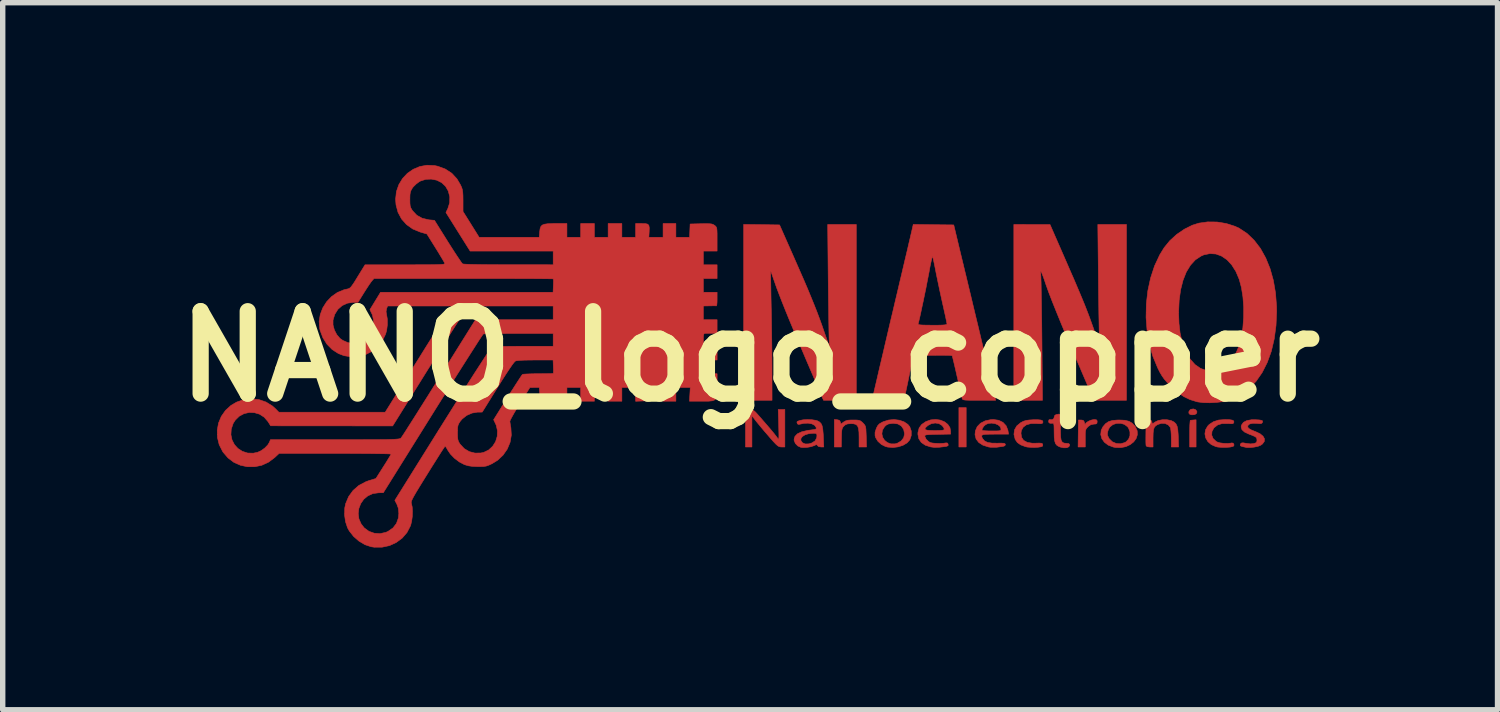
<source format=kicad_pcb>
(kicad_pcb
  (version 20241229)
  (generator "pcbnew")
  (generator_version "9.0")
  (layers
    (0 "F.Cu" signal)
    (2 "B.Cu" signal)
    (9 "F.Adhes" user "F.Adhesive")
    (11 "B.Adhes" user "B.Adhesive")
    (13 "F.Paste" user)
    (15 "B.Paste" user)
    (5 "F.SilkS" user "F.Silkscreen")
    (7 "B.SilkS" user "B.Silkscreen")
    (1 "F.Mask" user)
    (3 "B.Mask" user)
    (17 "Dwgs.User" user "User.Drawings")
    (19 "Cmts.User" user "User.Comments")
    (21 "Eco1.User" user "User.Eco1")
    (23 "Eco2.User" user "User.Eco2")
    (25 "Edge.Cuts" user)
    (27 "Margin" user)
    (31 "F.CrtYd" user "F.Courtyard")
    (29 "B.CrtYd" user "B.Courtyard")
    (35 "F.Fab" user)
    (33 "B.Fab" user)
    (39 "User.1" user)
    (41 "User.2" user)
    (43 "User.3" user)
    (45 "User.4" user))
  (footprint "NANO_logo_copper"
    (layer "F.Cu")
    (at 10.82 3.539)
    (property "Reference" "NANO_logo_copper" (at 0 0 0) (layer "F.SilkS") (effects (font (size 1.524 1.524) (thickness 0.3))))
    (attr through_hole)
    (fp_poly (pts (xy 3.996 1.676) (xy 3.861 1.676) (xy 3.861 0.948) (xy 3.996 0.948) (xy 3.996 1.676)) (stroke (width 0.01) (type solid)) (fill yes) (layer "F.Cu"))
    (fp_poly (pts (xy 8.247 1.676) (xy 8.128 1.676) (xy 8.128 1.431) (xy 8.129 1.344) (xy 8.131 1.27) (xy 8.135 1.215) (xy 8.139 1.186) (xy 8.141 1.183) (xy 8.166 1.18) (xy 8.2 1.177) (xy 8.247 1.173) (xy 8.247 1.676)) (stroke (width 0.01) (type solid)) (fill yes) (layer "F.Cu"))
    (fp_poly (pts (xy 8.238 0.986) (xy 8.261 1.017) (xy 8.263 1.032) (xy 8.249 1.063) (xy 8.212 1.08) (xy 8.163 1.081) (xy 8.132 1.073) (xy 8.113 1.05) (xy 8.115 1.018) (xy 8.138 0.988) (xy 8.151 0.98) (xy 8.197 0.972) (xy 8.238 0.986)) (stroke (width 0.01) (type solid)) (fill yes) (layer "F.Cu"))
    (fp_poly (pts (xy 6.401 1.172) (xy 6.416 1.189) (xy 6.418 1.211) (xy 6.413 1.239) (xy 6.394 1.251) (xy 6.357 1.253) (xy 6.301 1.264) (xy 6.25 1.299) (xy 6.247 1.303) (xy 6.224 1.327) (xy 6.21 1.351) (xy 6.202 1.382) (xy 6.198 1.43) (xy 6.198 1.501) (xy 6.198 1.514) (xy 6.198 1.676) (xy 6.065 1.676) (xy 6.071 1.177) (xy 6.121 1.177) (xy 6.159 1.183) (xy 6.177 1.207) (xy 6.183 1.228) (xy 6.191 1.256) (xy 6.195 1.259) (xy 6.196 1.257) (xy 6.213 1.231) (xy 6.252 1.203) (xy 6.301 1.181) (xy 6.351 1.169) (xy 6.363 1.168) (xy 6.401 1.172)) (stroke (width 0.01) (type solid)) (fill yes) (layer "F.Cu"))
    (fp_poly (pts (xy 0.643 1.676) (xy 0.58 1.676) (xy 0.555 1.674) (xy 0.532 1.667) (xy 0.507 1.651) (xy 0.475 1.622) (xy 0.432 1.577) (xy 0.374 1.511) (xy 0.339 1.47) (xy 0.272 1.393) (xy 0.208 1.317) (xy 0.152 1.249) (xy 0.11 1.198) (xy 0.097 1.181) (xy 0.034 1.097) (xy 0.034 1.676) (xy -0.085 1.676) (xy -0.085 0.982) (xy -0.013 0.982) (xy 0.026 0.985) (xy 0.057 0.995) (xy 0.088 1.019) (xy 0.129 1.062) (xy 0.144 1.079) (xy 0.261 1.213) (xy 0.357 1.324) (xy 0.43 1.411) (xy 0.48 1.474) (xy 0.508 1.512) (xy 0.518 1.527) (xy 0.526 1.532) (xy 0.53 1.522) (xy 0.533 1.494) (xy 0.533 1.443) (xy 0.531 1.366) (xy 0.529 1.27) (xy 0.52 0.982) (xy 0.643 0.982) (xy 0.643 1.676)) (stroke (width 0.01) (type solid)) (fill yes) (layer "F.Cu"))
    (fp_poly (pts (xy 1.609 1.172) (xy 1.651 1.183) (xy 1.67 1.214) (xy 1.68 1.252) (xy 1.73 1.214) (xy 1.765 1.194) (xy 1.805 1.182) (xy 1.863 1.177) (xy 1.906 1.177) (xy 1.972 1.178) (xy 2.014 1.183) (xy 2.045 1.196) (xy 2.073 1.219) (xy 2.087 1.232) (xy 2.11 1.257) (xy 2.126 1.28) (xy 2.136 1.307) (xy 2.142 1.348) (xy 2.145 1.409) (xy 2.148 1.482) (xy 2.153 1.676) (xy 2.015 1.676) (xy 2.015 1.5) (xy 2.013 1.401) (xy 2.004 1.331) (xy 1.986 1.285) (xy 1.957 1.259) (xy 1.912 1.247) (xy 1.865 1.245) (xy 1.805 1.249) (xy 1.765 1.263) (xy 1.736 1.288) (xy 1.716 1.31) (xy 1.704 1.334) (xy 1.696 1.368) (xy 1.692 1.419) (xy 1.69 1.496) (xy 1.69 1.503) (xy 1.687 1.676) (xy 1.558 1.676) (xy 1.558 1.168) (xy 1.609 1.172)) (stroke (width 0.01) (type solid)) (fill yes) (layer "F.Cu"))
    (fp_poly (pts (xy 8.863 1.171) (xy 8.915 1.179) (xy 8.941 1.193) (xy 8.947 1.214) (xy 8.945 1.22) (xy 8.937 1.238) (xy 8.917 1.246) (xy 8.878 1.246) (xy 8.84 1.242) (xy 8.733 1.242) (xy 8.647 1.268) (xy 8.581 1.319) (xy 8.577 1.323) (xy 8.541 1.389) (xy 8.536 1.456) (xy 8.561 1.519) (xy 8.615 1.571) (xy 8.639 1.585) (xy 8.688 1.6) (xy 8.757 1.609) (xy 8.829 1.611) (xy 8.891 1.605) (xy 8.905 1.601) (xy 8.932 1.605) (xy 8.947 1.627) (xy 8.946 1.653) (xy 8.93 1.666) (xy 8.877 1.678) (xy 8.804 1.684) (xy 8.724 1.684) (xy 8.651 1.678) (xy 8.613 1.67) (xy 8.528 1.632) (xy 8.465 1.577) (xy 8.425 1.509) (xy 8.41 1.434) (xy 8.422 1.359) (xy 8.462 1.289) (xy 8.49 1.26) (xy 8.57 1.208) (xy 8.665 1.178) (xy 8.782 1.169) (xy 8.782 1.169) (xy 8.863 1.171)) (stroke (width 0.01) (type solid)) (fill yes) (layer "F.Cu"))
    (fp_poly (pts (xy 5.379 1.178) (xy 5.41 1.193) (xy 5.416 1.216) (xy 5.413 1.225) (xy 5.402 1.24) (xy 5.376 1.246) (xy 5.328 1.245) (xy 5.297 1.242) (xy 5.193 1.243) (xy 5.11 1.266) (xy 5.05 1.31) (xy 5.016 1.372) (xy 5.009 1.422) (xy 5.02 1.498) (xy 5.058 1.554) (xy 5.124 1.591) (xy 5.215 1.606) (xy 5.28 1.606) (xy 5.346 1.604) (xy 5.387 1.607) (xy 5.406 1.617) (xy 5.41 1.624) (xy 5.411 1.653) (xy 5.407 1.661) (xy 5.378 1.673) (xy 5.325 1.681) (xy 5.259 1.685) (xy 5.19 1.683) (xy 5.128 1.678) (xy 5.094 1.671) (xy 5.004 1.637) (xy 4.941 1.593) (xy 4.902 1.535) (xy 4.901 1.532) (xy 4.879 1.442) (xy 4.89 1.359) (xy 4.932 1.286) (xy 5.005 1.226) (xy 5.009 1.224) (xy 5.056 1.2) (xy 5.104 1.185) (xy 5.165 1.177) (xy 5.231 1.173) (xy 5.32 1.172) (xy 5.379 1.178)) (stroke (width 0.01) (type solid)) (fill yes) (layer "F.Cu"))
    (fp_poly (pts (xy 7.782 1.187) (xy 7.793 1.191) (xy 7.84 1.215) (xy 7.874 1.247) (xy 7.896 1.292) (xy 7.909 1.356) (xy 7.916 1.445) (xy 7.918 1.491) (xy 7.923 1.676) (xy 7.789 1.676) (xy 7.789 1.516) (xy 7.787 1.441) (xy 7.782 1.375) (xy 7.775 1.328) (xy 7.771 1.315) (xy 7.732 1.268) (xy 7.674 1.242) (xy 7.606 1.239) (xy 7.536 1.261) (xy 7.535 1.262) (xy 7.499 1.285) (xy 7.474 1.314) (xy 7.46 1.357) (xy 7.453 1.419) (xy 7.451 1.508) (xy 7.451 1.514) (xy 7.451 1.676) (xy 7.391 1.676) (xy 7.348 1.671) (xy 7.324 1.657) (xy 7.323 1.654) (xy 7.32 1.63) (xy 7.318 1.579) (xy 7.318 1.508) (xy 7.319 1.424) (xy 7.319 1.405) (xy 7.324 1.177) (xy 7.374 1.177) (xy 7.413 1.183) (xy 7.429 1.206) (xy 7.431 1.215) (xy 7.436 1.252) (xy 7.486 1.216) (xy 7.546 1.187) (xy 7.625 1.172) (xy 7.708 1.172) (xy 7.782 1.187)) (stroke (width 0.01) (type solid)) (fill yes) (layer "F.Cu"))
    (fp_poly (pts (xy 2.76 1.181) (xy 2.847 1.211) (xy 2.918 1.259) (xy 2.953 1.303) (xy 2.98 1.38) (xy 2.98 1.465) (xy 2.953 1.544) (xy 2.902 1.601) (xy 2.828 1.645) (xy 2.738 1.674) (xy 2.641 1.686) (xy 2.544 1.678) (xy 2.504 1.668) (xy 2.427 1.629) (xy 2.363 1.571) (xy 2.321 1.502) (xy 2.311 1.467) (xy 2.311 1.433) (xy 2.437 1.433) (xy 2.451 1.497) (xy 2.487 1.553) (xy 2.539 1.595) (xy 2.605 1.619) (xy 2.679 1.619) (xy 2.721 1.608) (xy 2.794 1.565) (xy 2.84 1.506) (xy 2.856 1.435) (xy 2.841 1.356) (xy 2.839 1.35) (xy 2.796 1.287) (xy 2.732 1.25) (xy 2.647 1.239) (xy 2.619 1.241) (xy 2.558 1.251) (xy 2.516 1.273) (xy 2.486 1.302) (xy 2.447 1.366) (xy 2.437 1.433) (xy 2.311 1.433) (xy 2.311 1.404) (xy 2.335 1.33) (xy 2.36 1.282) (xy 2.39 1.249) (xy 2.438 1.221) (xy 2.464 1.208) (xy 2.561 1.178) (xy 2.661 1.169) (xy 2.76 1.181)) (stroke (width 0.01) (type solid)) (fill yes) (layer "F.Cu"))
    (fp_poly (pts (xy 6.928 1.182) (xy 7.006 1.201) (xy 7.066 1.237) (xy 7.116 1.291) (xy 7.125 1.303) (xy 7.158 1.377) (xy 7.161 1.451) (xy 7.138 1.521) (xy 7.093 1.582) (xy 7.028 1.633) (xy 6.949 1.67) (xy 6.857 1.688) (xy 6.758 1.686) (xy 6.714 1.677) (xy 6.622 1.642) (xy 6.551 1.588) (xy 6.504 1.522) (xy 6.484 1.447) (xy 6.488 1.41) (xy 6.608 1.41) (xy 6.609 1.46) (xy 6.634 1.513) (xy 6.643 1.526) (xy 6.698 1.58) (xy 6.77 1.611) (xy 6.85 1.617) (xy 6.927 1.595) (xy 6.951 1.582) (xy 6.999 1.532) (xy 7.024 1.466) (xy 7.024 1.395) (xy 6.998 1.327) (xy 6.98 1.302) (xy 6.921 1.258) (xy 6.85 1.238) (xy 6.776 1.24) (xy 6.707 1.263) (xy 6.653 1.307) (xy 6.628 1.347) (xy 6.608 1.41) (xy 6.488 1.41) (xy 6.492 1.368) (xy 6.524 1.303) (xy 6.573 1.245) (xy 6.631 1.206) (xy 6.705 1.185) (xy 6.804 1.177) (xy 6.824 1.177) (xy 6.928 1.182)) (stroke (width 0.01) (type solid)) (fill yes) (layer "F.Cu"))
    (fp_poly (pts (xy 9.413 1.176) (xy 9.455 1.183) (xy 9.475 1.193) (xy 9.477 1.211) (xy 9.473 1.224) (xy 9.459 1.24) (xy 9.43 1.245) (xy 9.381 1.241) (xy 9.295 1.238) (xy 9.236 1.251) (xy 9.205 1.279) (xy 9.205 1.281) (xy 9.202 1.309) (xy 9.222 1.334) (xy 9.266 1.36) (xy 9.339 1.39) (xy 9.346 1.392) (xy 9.429 1.431) (xy 9.485 1.477) (xy 9.512 1.525) (xy 9.508 1.575) (xy 9.474 1.621) (xy 9.44 1.645) (xy 9.389 1.665) (xy 9.319 1.679) (xy 9.246 1.687) (xy 9.184 1.686) (xy 9.169 1.683) (xy 9.124 1.673) (xy 9.097 1.667) (xy 9.065 1.654) (xy 9.064 1.631) (xy 9.074 1.612) (xy 9.09 1.601) (xy 9.122 1.6) (xy 9.173 1.609) (xy 9.252 1.619) (xy 9.316 1.613) (xy 9.355 1.598) (xy 9.371 1.574) (xy 9.373 1.55) (xy 9.37 1.522) (xy 9.359 1.5) (xy 9.332 1.482) (xy 9.285 1.461) (xy 9.224 1.438) (xy 9.143 1.4) (xy 9.095 1.356) (xy 9.08 1.305) (xy 9.086 1.273) (xy 9.122 1.221) (xy 9.185 1.188) (xy 9.275 1.172) (xy 9.342 1.172) (xy 9.413 1.176)) (stroke (width 0.01) (type solid)) (fill yes) (layer "F.Cu"))
    (fp_poly (pts (xy 5.732 1.076) (xy 5.74 1.105) (xy 5.74 1.118) (xy 5.742 1.146) (xy 5.752 1.163) (xy 5.778 1.17) (xy 5.827 1.172) (xy 5.863 1.171) (xy 5.906 1.173) (xy 5.924 1.186) (xy 5.927 1.203) (xy 5.918 1.231) (xy 5.905 1.238) (xy 5.872 1.243) (xy 5.867 1.244) (xy 5.84 1.247) (xy 5.796 1.25) (xy 5.795 1.25) (xy 5.74 1.253) (xy 5.74 1.404) (xy 5.743 1.492) (xy 5.752 1.55) (xy 5.772 1.586) (xy 5.803 1.604) (xy 5.851 1.609) (xy 5.852 1.609) (xy 5.892 1.613) (xy 5.908 1.629) (xy 5.91 1.641) (xy 5.895 1.672) (xy 5.857 1.69) (xy 5.802 1.692) (xy 5.737 1.678) (xy 5.711 1.668) (xy 5.674 1.646) (xy 5.648 1.615) (xy 5.633 1.567) (xy 5.624 1.499) (xy 5.622 1.402) (xy 5.622 1.395) (xy 5.621 1.32) (xy 5.619 1.273) (xy 5.613 1.247) (xy 5.603 1.238) (xy 5.592 1.237) (xy 5.546 1.238) (xy 5.525 1.225) (xy 5.52 1.202) (xy 5.526 1.176) (xy 5.533 1.17) (xy 5.588 1.171) (xy 5.617 1.15) (xy 5.622 1.128) (xy 5.635 1.091) (xy 5.66 1.077) (xy 5.708 1.068) (xy 5.732 1.076)) (stroke (width 0.01) (type solid)) (fill yes) (layer "F.Cu"))
    (fp_poly (pts (xy 4.596 1.182) (xy 4.676 1.221) (xy 4.734 1.283) (xy 4.767 1.364) (xy 4.769 1.376) (xy 4.78 1.439) (xy 4.532 1.439) (xy 4.43 1.44) (xy 4.358 1.442) (xy 4.312 1.448) (xy 4.288 1.459) (xy 4.282 1.476) (xy 4.289 1.501) (xy 4.302 1.525) (xy 4.337 1.566) (xy 4.394 1.593) (xy 4.475 1.605) (xy 4.569 1.606) (xy 4.641 1.605) (xy 4.686 1.607) (xy 4.71 1.613) (xy 4.72 1.625) (xy 4.721 1.629) (xy 4.712 1.653) (xy 4.679 1.665) (xy 4.555 1.682) (xy 4.45 1.682) (xy 4.408 1.676) (xy 4.305 1.643) (xy 4.228 1.593) (xy 4.179 1.528) (xy 4.159 1.45) (xy 4.166 1.379) (xy 4.173 1.362) (xy 4.288 1.362) (xy 4.29 1.368) (xy 4.309 1.373) (xy 4.355 1.377) (xy 4.419 1.38) (xy 4.469 1.38) (xy 4.546 1.38) (xy 4.596 1.378) (xy 4.624 1.373) (xy 4.636 1.363) (xy 4.64 1.349) (xy 4.64 1.343) (xy 4.625 1.301) (xy 4.585 1.267) (xy 4.529 1.244) (xy 4.465 1.235) (xy 4.403 1.241) (xy 4.356 1.262) (xy 4.32 1.295) (xy 4.296 1.332) (xy 4.288 1.362) (xy 4.173 1.362) (xy 4.2 1.3) (xy 4.261 1.237) (xy 4.346 1.193) (xy 4.449 1.171) (xy 4.498 1.168) (xy 4.596 1.182)) (stroke (width 0.01) (type solid)) (fill yes) (layer "F.Cu"))
    (fp_poly (pts (xy 6.96 0.813) (xy 6.356 0.813) (xy 6.287 0.648) (xy 6.264 0.593) (xy 6.23 0.511) (xy 6.186 0.409) (xy 6.135 0.29) (xy 6.08 0.161) (xy 6.021 0.025) (xy 5.978 -0.076) (xy 5.858 -0.355) (xy 5.753 -0.605) (xy 5.663 -0.826) (xy 5.586 -1.018) (xy 5.522 -1.184) (xy 5.472 -1.323) (xy 5.453 -1.38) (xy 5.426 -1.457) (xy 5.403 -1.518) (xy 5.385 -1.558) (xy 5.373 -1.576) (xy 5.369 -1.568) (xy 5.374 -1.532) (xy 5.376 -1.507) (xy 5.378 -1.451) (xy 5.381 -1.367) (xy 5.383 -1.257) (xy 5.385 -1.126) (xy 5.388 -0.975) (xy 5.39 -0.808) (xy 5.393 -0.627) (xy 5.395 -0.436) (xy 5.396 -0.334) (xy 5.407 0.813) (xy 4.877 0.813) (xy 4.877 -2.438) (xy 5.546 -2.437) (xy 5.825 -1.799) (xy 5.91 -1.603) (xy 5.984 -1.435) (xy 6.046 -1.289) (xy 6.1 -1.162) (xy 6.147 -1.049) (xy 6.189 -0.947) (xy 6.226 -0.852) (xy 6.262 -0.759) (xy 6.297 -0.664) (xy 6.333 -0.563) (xy 6.362 -0.483) (xy 6.469 -0.178) (xy 6.46 -0.313) (xy 6.458 -0.355) (xy 6.456 -0.427) (xy 6.454 -0.526) (xy 6.452 -0.649) (xy 6.449 -0.791) (xy 6.447 -0.949) (xy 6.444 -1.12) (xy 6.442 -1.301) (xy 6.441 -1.444) (xy 6.43 -2.438) (xy 6.96 -2.438) (xy 6.96 0.813)) (stroke (width 0.01) (type solid)) (fill yes) (layer "F.Cu"))
    (fp_poly (pts (xy 3.517 1.179) (xy 3.594 1.21) (xy 3.656 1.258) (xy 3.696 1.319) (xy 3.708 1.386) (xy 3.708 1.438) (xy 3.467 1.443) (xy 3.372 1.445) (xy 3.307 1.448) (xy 3.265 1.451) (xy 3.241 1.457) (xy 3.232 1.466) (xy 3.231 1.478) (xy 3.232 1.482) (xy 3.256 1.534) (xy 3.303 1.578) (xy 3.336 1.596) (xy 3.377 1.604) (xy 3.438 1.609) (xy 3.508 1.611) (xy 3.573 1.608) (xy 3.62 1.601) (xy 3.623 1.6) (xy 3.651 1.604) (xy 3.662 1.625) (xy 3.662 1.65) (xy 3.64 1.662) (xy 3.618 1.667) (xy 3.502 1.681) (xy 3.411 1.684) (xy 3.338 1.675) (xy 3.239 1.643) (xy 3.165 1.592) (xy 3.12 1.524) (xy 3.103 1.441) (xy 3.104 1.408) (xy 3.122 1.341) (xy 3.233 1.341) (xy 3.244 1.357) (xy 3.282 1.367) (xy 3.35 1.371) (xy 3.412 1.372) (xy 3.493 1.371) (xy 3.545 1.368) (xy 3.575 1.363) (xy 3.588 1.353) (xy 3.59 1.345) (xy 3.579 1.316) (xy 3.551 1.281) (xy 3.548 1.278) (xy 3.493 1.244) (xy 3.424 1.233) (xy 3.352 1.245) (xy 3.289 1.278) (xy 3.286 1.28) (xy 3.248 1.315) (xy 3.233 1.341) (xy 3.122 1.341) (xy 3.125 1.325) (xy 3.172 1.261) (xy 3.248 1.208) (xy 3.252 1.206) (xy 3.34 1.175) (xy 3.431 1.167) (xy 3.517 1.179)) (stroke (width 0.01) (type solid)) (fill yes) (layer "F.Cu"))
    (fp_poly (pts (xy 1.141 1.172) (xy 1.213 1.183) (xy 1.244 1.192) (xy 1.284 1.214) (xy 1.312 1.242) (xy 1.332 1.285) (xy 1.344 1.346) (xy 1.352 1.433) (xy 1.355 1.486) (xy 1.363 1.676) (xy 1.31 1.676) (xy 1.266 1.668) (xy 1.247 1.65) (xy 1.236 1.635) (xy 1.217 1.636) (xy 1.185 1.651) (xy 1.126 1.671) (xy 1.052 1.684) (xy 0.978 1.687) (xy 0.937 1.682) (xy 0.882 1.657) (xy 0.838 1.612) (xy 0.815 1.558) (xy 0.813 1.541) (xy 0.818 1.522) (xy 0.939 1.522) (xy 0.94 1.558) (xy 0.969 1.599) (xy 1.019 1.62) (xy 1.084 1.619) (xy 1.142 1.602) (xy 1.201 1.563) (xy 1.232 1.507) (xy 1.236 1.466) (xy 1.232 1.437) (xy 1.214 1.425) (xy 1.173 1.422) (xy 1.087 1.43) (xy 1.017 1.451) (xy 0.966 1.483) (xy 0.939 1.522) (xy 0.818 1.522) (xy 0.829 1.481) (xy 0.876 1.432) (xy 0.956 1.395) (xy 1.067 1.369) (xy 1.13 1.361) (xy 1.186 1.354) (xy 1.216 1.345) (xy 1.225 1.332) (xy 1.223 1.318) (xy 1.196 1.277) (xy 1.144 1.249) (xy 1.074 1.236) (xy 0.992 1.239) (xy 0.937 1.252) (xy 0.897 1.259) (xy 0.877 1.25) (xy 0.873 1.242) (xy 0.866 1.218) (xy 0.872 1.205) (xy 0.9 1.193) (xy 0.917 1.187) (xy 0.979 1.174) (xy 1.059 1.169) (xy 1.141 1.172)) (stroke (width 0.01) (type solid)) (fill yes) (layer "F.Cu"))
    (fp_poly (pts (xy 0.213 -2.435) (xy 0.545 -2.43) (xy 0.807 -1.837) (xy 0.905 -1.614) (xy 0.991 -1.418) (xy 1.065 -1.245) (xy 1.129 -1.09) (xy 1.186 -0.95) (xy 1.237 -0.821) (xy 1.283 -0.698) (xy 1.327 -0.578) (xy 1.351 -0.508) (xy 1.391 -0.392) (xy 1.422 -0.304) (xy 1.443 -0.244) (xy 1.457 -0.207) (xy 1.466 -0.191) (xy 1.469 -0.193) (xy 1.469 -0.212) (xy 1.466 -0.243) (xy 1.464 -0.271) (xy 1.462 -0.308) (xy 1.46 -0.375) (xy 1.458 -0.469) (xy 1.456 -0.587) (xy 1.454 -0.726) (xy 1.452 -0.882) (xy 1.449 -1.052) (xy 1.447 -1.232) (xy 1.445 -1.41) (xy 1.435 -2.438) (xy 1.964 -2.438) (xy 1.964 0.813) (xy 1.358 0.813) (xy 1.019 0.021) (xy 0.91 -0.236) (xy 0.813 -0.465) (xy 0.728 -0.668) (xy 0.655 -0.847) (xy 0.592 -1.005) (xy 0.538 -1.144) (xy 0.492 -1.265) (xy 0.454 -1.373) (xy 0.432 -1.436) (xy 0.411 -1.498) (xy 0.394 -1.545) (xy 0.383 -1.57) (xy 0.381 -1.572) (xy 0.38 -1.554) (xy 0.38 -1.506) (xy 0.381 -1.433) (xy 0.383 -1.336) (xy 0.385 -1.221) (xy 0.387 -1.09) (xy 0.39 -0.949) (xy 0.39 -0.94) (xy 0.394 -0.764) (xy 0.397 -0.569) (xy 0.4 -0.365) (xy 0.403 -0.162) (xy 0.404 0.029) (xy 0.405 0.2) (xy 0.405 0.25) (xy 0.406 0.813) (xy -0.119 0.813) (xy -0.119 -2.439) (xy 0.213 -2.435)) (stroke (width 0.01) (type solid)) (fill yes) (layer "F.Cu"))
    (fp_poly (pts (xy 8.634 -2.484) (xy 8.805 -2.456) (xy 8.965 -2.405) (xy 9.043 -2.369) (xy 9.19 -2.272) (xy 9.321 -2.146) (xy 9.437 -1.995) (xy 9.535 -1.819) (xy 9.615 -1.622) (xy 9.676 -1.405) (xy 9.716 -1.171) (xy 9.735 -0.923) (xy 9.737 -0.833) (xy 9.725 -0.569) (xy 9.692 -0.322) (xy 9.638 -0.093) (xy 9.563 0.114) (xy 9.469 0.3) (xy 9.356 0.462) (xy 9.225 0.598) (xy 9.077 0.709) (xy 8.913 0.79) (xy 8.848 0.813) (xy 8.747 0.837) (xy 8.627 0.852) (xy 8.502 0.859) (xy 8.381 0.856) (xy 8.278 0.843) (xy 8.257 0.838) (xy 8.132 0.799) (xy 8.022 0.746) (xy 7.917 0.674) (xy 7.808 0.578) (xy 7.78 0.551) (xy 7.71 0.48) (xy 7.658 0.42) (xy 7.617 0.362) (xy 7.578 0.296) (xy 7.538 0.216) (xy 7.448 0.000097) (xy 7.382 -0.231) (xy 7.341 -0.473) (xy 7.322 -0.72) (xy 7.324 -0.804) (xy 7.924 -0.804) (xy 7.931 -0.607) (xy 7.951 -0.434) (xy 7.986 -0.279) (xy 8.037 -0.135) (xy 8.063 -0.076) (xy 8.139 0.053) (xy 8.228 0.153) (xy 8.329 0.223) (xy 8.441 0.263) (xy 8.56 0.272) (xy 8.674 0.251) (xy 8.76 0.209) (xy 8.844 0.139) (xy 8.922 0.044) (xy 8.989 -0.07) (xy 9.043 -0.196) (xy 9.085 -0.351) (xy 9.112 -0.528) (xy 9.126 -0.717) (xy 9.127 -0.91) (xy 9.113 -1.099) (xy 9.085 -1.274) (xy 9.045 -1.423) (xy 8.983 -1.569) (xy 8.906 -1.691) (xy 8.818 -1.786) (xy 8.72 -1.853) (xy 8.615 -1.892) (xy 8.504 -1.9) (xy 8.391 -1.877) (xy 8.339 -1.854) (xy 8.234 -1.785) (xy 8.143 -1.685) (xy 8.066 -1.559) (xy 8.006 -1.407) (xy 7.961 -1.231) (xy 7.934 -1.034) (xy 7.924 -0.816) (xy 7.924 -0.804) (xy 7.324 -0.804) (xy 7.327 -0.969) (xy 7.355 -1.213) (xy 7.406 -1.449) (xy 7.479 -1.672) (xy 7.575 -1.877) (xy 7.656 -2.009) (xy 7.761 -2.138) (xy 7.888 -2.254) (xy 8.03 -2.351) (xy 8.178 -2.425) (xy 8.299 -2.463) (xy 8.462 -2.486) (xy 8.634 -2.484)) (stroke (width 0.01) (type solid)) (fill yes) (layer "F.Cu"))
    (fp_poly (pts (xy 3.392 -2.434) (xy 3.766 -2.43) (xy 3.839 -2.125) (xy 3.869 -1.999) (xy 3.904 -1.854) (xy 3.94 -1.706) (xy 3.973 -1.567) (xy 3.988 -1.507) (xy 4.01 -1.415) (xy 4.037 -1.302) (xy 4.069 -1.17) (xy 4.104 -1.023) (xy 4.142 -0.864) (xy 4.182 -0.697) (xy 4.224 -0.525) (xy 4.265 -0.351) (xy 4.306 -0.178) (xy 4.347 -0.011) (xy 4.385 0.149) (xy 4.42 0.297) (xy 4.452 0.43) (xy 4.479 0.546) (xy 4.501 0.639) (xy 4.518 0.708) (xy 4.527 0.749) (xy 4.529 0.758) (xy 4.541 0.813) (xy 4.235 0.813) (xy 4.126 0.813) (xy 4.047 0.812) (xy 3.992 0.81) (xy 3.957 0.806) (xy 3.936 0.8) (xy 3.926 0.791) (xy 3.921 0.779) (xy 3.92 0.775) (xy 3.914 0.748) (xy 3.901 0.693) (xy 3.883 0.615) (xy 3.862 0.521) (xy 3.838 0.415) (xy 3.826 0.365) (xy 3.802 0.258) (xy 3.78 0.163) (xy 3.761 0.084) (xy 3.747 0.026) (xy 3.739 -0.005) (xy 3.738 -0.01) (xy 3.729 -0.014) (xy 3.708 -0.016) (xy 3.671 -0.018) (xy 3.614 -0.019) (xy 3.534 -0.02) (xy 3.425 -0.019) (xy 3.351 -0.019) (xy 3.018 -0.017) (xy 3.009 0.03) (xy 3.002 0.06) (xy 2.991 0.118) (xy 2.974 0.197) (xy 2.955 0.292) (xy 2.933 0.397) (xy 2.93 0.415) (xy 2.908 0.519) (xy 2.888 0.613) (xy 2.872 0.692) (xy 2.859 0.75) (xy 2.852 0.781) (xy 2.851 0.783) (xy 2.845 0.794) (xy 2.831 0.802) (xy 2.805 0.807) (xy 2.761 0.81) (xy 2.695 0.812) (xy 2.602 0.813) (xy 2.549 0.813) (xy 2.256 0.813) (xy 2.272 0.741) (xy 2.281 0.702) (xy 2.296 0.635) (xy 2.317 0.544) (xy 2.343 0.434) (xy 2.372 0.308) (xy 2.404 0.171) (xy 2.438 0.028) (xy 2.472 -0.117) (xy 2.505 -0.259) (xy 2.537 -0.395) (xy 2.566 -0.519) (xy 2.584 -0.597) (xy 3.107 -0.597) (xy 3.112 -0.589) (xy 3.135 -0.583) (xy 3.181 -0.579) (xy 3.253 -0.577) (xy 3.354 -0.576) (xy 3.37 -0.576) (xy 3.476 -0.576) (xy 3.552 -0.578) (xy 3.602 -0.582) (xy 3.63 -0.588) (xy 3.64 -0.596) (xy 3.641 -0.598) (xy 3.637 -0.62) (xy 3.627 -0.671) (xy 3.612 -0.743) (xy 3.592 -0.832) (xy 3.57 -0.933) (xy 3.566 -0.949) (xy 3.538 -1.075) (xy 3.508 -1.213) (xy 3.479 -1.351) (xy 3.453 -1.476) (xy 3.438 -1.549) (xy 3.42 -1.643) (xy 3.403 -1.725) (xy 3.389 -1.791) (xy 3.379 -1.833) (xy 3.375 -1.846) (xy 3.369 -1.838) (xy 3.359 -1.802) (xy 3.345 -1.742) (xy 3.328 -1.662) (xy 3.311 -1.567) (xy 3.311 -1.566) (xy 3.294 -1.48) (xy 3.274 -1.377) (xy 3.252 -1.262) (xy 3.227 -1.142) (xy 3.202 -1.021) (xy 3.177 -0.906) (xy 3.155 -0.8) (xy 3.135 -0.711) (xy 3.119 -0.643) (xy 3.108 -0.601) (xy 3.107 -0.597) (xy 2.584 -0.597) (xy 2.591 -0.627) (xy 2.607 -0.694) (xy 2.644 -0.848) (xy 2.682 -1.011) (xy 2.722 -1.179) (xy 2.762 -1.35) (xy 2.802 -1.518) (xy 2.84 -1.68) (xy 2.876 -1.833) (xy 2.909 -1.972) (xy 2.937 -2.093) (xy 2.961 -2.194) (xy 2.978 -2.269) (xy 2.989 -2.315) (xy 2.989 -2.316) (xy 3.017 -2.439) (xy 3.392 -2.434)) (stroke (width 0.01) (type solid)) (fill yes) (layer "F.Cu"))
    (fp_poly (pts (xy -5.836 -3.528) (xy -5.775 -3.515) (xy -5.635 -3.463) (xy -5.516 -3.385) (xy -5.42 -3.281) (xy -5.353 -3.167) (xy -5.333 -3.122) (xy -5.32 -3.081) (xy -5.313 -3.034) (xy -5.309 -2.971) (xy -5.308 -2.885) (xy -5.308 -2.876) (xy -5.308 -2.678) (xy -5.159 -2.44) (xy -5.01 -2.201) (xy -3.899 -2.201) (xy -3.891 -2.297) (xy -3.884 -2.356) (xy -3.87 -2.398) (xy -3.845 -2.426) (xy -3.803 -2.443) (xy -3.74 -2.452) (xy -3.65 -2.455) (xy -3.596 -2.455) (xy -3.387 -2.455) (xy -3.387 -2.201) (xy -3.133 -2.201) (xy -3.133 -2.455) (xy -2.879 -2.455) (xy -2.879 -2.201) (xy -2.625 -2.201) (xy -2.625 -2.455) (xy -2.371 -2.455) (xy -2.371 -2.201) (xy -2.117 -2.201) (xy -2.117 -2.455) (xy -1.998 -2.455) (xy -1.934 -2.454) (xy -1.893 -2.444) (xy -1.872 -2.421) (xy -1.864 -2.378) (xy -1.866 -2.308) (xy -1.867 -2.29) (xy -1.872 -2.201) (xy -1.609 -2.201) (xy -1.609 -2.455) (xy -1.372 -2.455) (xy -1.372 -2.201) (xy -1.119 -2.201) (xy -1.114 -2.324) (xy -1.109 -2.447) (xy -0.905 -2.452) (xy -0.817 -2.453) (xy -0.756 -2.452) (xy -0.714 -2.448) (xy -0.686 -2.44) (xy -0.664 -2.427) (xy -0.655 -2.421) (xy -0.636 -2.405) (xy -0.624 -2.388) (xy -0.616 -2.364) (xy -0.612 -2.326) (xy -0.61 -2.268) (xy -0.61 -2.184) (xy -0.61 -2.166) (xy -0.61 -1.947) (xy -0.864 -1.947) (xy -0.864 -1.693) (xy -0.61 -1.693) (xy -0.61 -1.439) (xy -0.864 -1.439) (xy -0.864 -1.185) (xy -0.61 -1.185) (xy -0.61 -1.058) (xy -0.611 -0.998) (xy -0.615 -0.954) (xy -0.621 -0.934) (xy -0.622 -0.933) (xy -0.645 -0.934) (xy -0.691 -0.934) (xy -0.749 -0.933) (xy -0.864 -0.931) (xy -0.864 -0.677) (xy -0.61 -0.677) (xy -0.61 -0.427) (xy -0.707 -0.426) (xy -0.766 -0.426) (xy -0.814 -0.425) (xy -0.834 -0.424) (xy -0.85 -0.419) (xy -0.859 -0.4) (xy -0.863 -0.36) (xy -0.864 -0.305) (xy -0.864 -0.186) (xy -0.749 -0.184) (xy -0.69 -0.184) (xy -0.644 -0.184) (xy -0.622 -0.184) (xy -0.616 -0.17) (xy -0.612 -0.129) (xy -0.61 -0.071) (xy -0.61 -0.059) (xy -0.61 0.068) (xy -0.864 0.068) (xy -0.864 0.322) (xy -0.61 0.322) (xy -0.61 0.542) (xy -0.61 0.646) (xy -0.614 0.722) (xy -0.627 0.773) (xy -0.653 0.805) (xy -0.697 0.822) (xy -0.764 0.829) (xy -0.859 0.83) (xy -0.899 0.83) (xy -1.121 0.83) (xy -1.106 0.576) (xy -1.239 0.576) (xy -1.372 0.576) (xy -1.372 0.83) (xy -1.609 0.83) (xy -1.609 0.576) (xy -1.74 0.576) (xy -1.871 0.576) (xy -1.871 0.821) (xy -1.994 0.826) (xy -2.117 0.831) (xy -2.117 0.576) (xy -2.371 0.576) (xy -2.371 0.83) (xy -2.625 0.83) (xy -2.625 0.576) (xy -2.879 0.576) (xy -2.879 0.83) (xy -3.133 0.83) (xy -3.133 0.576) (xy -3.387 0.576) (xy -3.387 0.83) (xy -3.604 0.83) (xy -3.706 0.829) (xy -3.78 0.823) (xy -3.83 0.811) (xy -3.861 0.789) (xy -3.879 0.754) (xy -3.888 0.703) (xy -3.891 0.669) (xy -3.899 0.576) (xy -3.986 0.576) (xy -4.072 0.577) (xy -4.258 0.875) (xy -4.314 0.966) (xy -4.363 1.048) (xy -4.402 1.118) (xy -4.429 1.169) (xy -4.441 1.197) (xy -4.442 1.201) (xy -4.438 1.232) (xy -4.43 1.283) (xy -4.423 1.321) (xy -4.415 1.457) (xy -4.438 1.59) (xy -4.49 1.715) (xy -4.568 1.827) (xy -4.669 1.922) (xy -4.772 1.985) (xy -4.83 2.012) (xy -4.878 2.029) (xy -4.927 2.037) (xy -4.991 2.039) (xy -5.037 2.039) (xy -5.134 2.035) (xy -5.21 2.024) (xy -5.277 2.004) (xy -5.283 2.002) (xy -5.376 1.953) (xy -5.467 1.884) (xy -5.543 1.805) (xy -5.589 1.737) (xy -5.614 1.693) (xy -5.633 1.666) (xy -5.639 1.66) (xy -5.649 1.674) (xy -5.676 1.714) (xy -5.716 1.775) (xy -5.767 1.856) (xy -5.828 1.953) (xy -5.897 2.062) (xy -5.964 2.17) (xy -6.048 2.305) (xy -6.115 2.414) (xy -6.168 2.501) (xy -6.207 2.568) (xy -6.235 2.619) (xy -6.253 2.656) (xy -6.263 2.683) (xy -6.266 2.702) (xy -6.264 2.717) (xy -6.262 2.724) (xy -6.248 2.785) (xy -6.243 2.867) (xy -6.246 2.959) (xy -6.258 3.049) (xy -6.277 3.126) (xy -6.281 3.136) (xy -6.345 3.259) (xy -6.434 3.362) (xy -6.544 3.443) (xy -6.668 3.5) (xy -6.804 3.529) (xy -6.946 3.53) (xy -7.007 3.521) (xy -7.121 3.483) (xy -7.232 3.417) (xy -7.331 3.331) (xy -7.411 3.229) (xy -7.443 3.172) (xy -7.481 3.058) (xy -7.499 2.931) (xy -7.498 2.908) (xy -7.246 2.908) (xy -7.233 3.006) (xy -7.192 3.099) (xy -7.135 3.172) (xy -7.048 3.236) (xy -6.948 3.271) (xy -6.842 3.278) (xy -6.736 3.255) (xy -6.695 3.237) (xy -6.603 3.173) (xy -6.539 3.09) (xy -6.503 2.988) (xy -6.495 2.904) (xy -6.504 2.81) (xy -6.532 2.733) (xy -6.532 2.733) (xy -6.569 2.663) (xy -5.789 1.414) (xy -5.41 1.414) (xy -5.409 1.486) (xy -5.404 1.535) (xy -5.393 1.573) (xy -5.372 1.61) (xy -5.359 1.628) (xy -5.285 1.707) (xy -5.192 1.762) (xy -5.087 1.789) (xy -4.978 1.787) (xy -4.926 1.776) (xy -4.834 1.732) (xy -4.76 1.663) (xy -4.706 1.578) (xy -4.676 1.48) (xy -4.671 1.377) (xy -4.694 1.275) (xy -4.707 1.246) (xy -4.742 1.172) (xy -4.485 0.76) (xy -4.418 0.653) (xy -4.356 0.556) (xy -4.302 0.472) (xy -4.258 0.405) (xy -4.227 0.358) (xy -4.21 0.336) (xy -4.209 0.335) (xy -4.187 0.33) (xy -4.137 0.327) (xy -4.065 0.324) (xy -3.978 0.322) (xy -3.919 0.322) (xy -3.826 0.321) (xy -3.746 0.32) (xy -3.685 0.319) (xy -3.648 0.316) (xy -3.639 0.315) (xy -3.637 0.296) (xy -3.636 0.252) (xy -3.638 0.193) (xy -3.638 0.188) (xy -3.643 0.068) (xy -3.971 0.068) (xy -4.087 0.069) (xy -4.186 0.071) (xy -4.265 0.075) (xy -4.318 0.081) (xy -4.338 0.086) (xy -4.359 0.106) (xy -4.396 0.153) (xy -4.447 0.227) (xy -4.512 0.325) (xy -4.589 0.445) (xy -4.665 0.567) (xy -4.953 1.031) (xy -5.04 1.032) (xy -5.141 1.049) (xy -5.24 1.092) (xy -5.323 1.158) (xy -5.359 1.2) (xy -5.385 1.24) (xy -5.4 1.275) (xy -5.408 1.317) (xy -5.41 1.377) (xy -5.41 1.414) (xy -5.789 1.414) (xy -5.685 1.248) (xy -5.514 0.976) (xy -5.362 0.733) (xy -5.227 0.518) (xy -5.109 0.333) (xy -5.008 0.177) (xy -4.925 0.049) (xy -4.86 -0.051) (xy -4.811 -0.121) (xy -4.78 -0.163) (xy -4.767 -0.177) (xy -4.742 -0.179) (xy -4.688 -0.181) (xy -4.608 -0.183) (xy -4.508 -0.184) (xy -4.391 -0.185) (xy -4.262 -0.186) (xy -4.187 -0.186) (xy -3.641 -0.186) (xy -3.641 -0.423) (xy -4.274 -0.423) (xy -4.418 -0.423) (xy -4.552 -0.422) (xy -4.672 -0.421) (xy -4.773 -0.42) (xy -4.853 -0.418) (xy -4.907 -0.416) (xy -4.931 -0.414) (xy -4.932 -0.414) (xy -4.944 -0.399) (xy -4.972 -0.357) (xy -5.017 -0.29) (xy -5.075 -0.199) (xy -5.146 -0.088) (xy -5.229 0.042) (xy -5.323 0.19) (xy -5.426 0.352) (xy -5.537 0.529) (xy -5.654 0.716) (xy -5.778 0.913) (xy -5.869 1.059) (xy -6.782 2.522) (xy -6.869 2.523) (xy -6.976 2.538) (xy -7.068 2.58) (xy -7.143 2.642) (xy -7.199 2.722) (xy -7.234 2.812) (xy -7.246 2.908) (xy -7.498 2.908) (xy -7.495 2.804) (xy -7.478 2.723) (xy -7.423 2.593) (xy -7.341 2.48) (xy -7.234 2.387) (xy -7.105 2.319) (xy -7.045 2.297) (xy -6.919 2.259) (xy -6.78 2.04) (xy -6.731 1.963) (xy -6.69 1.896) (xy -6.659 1.845) (xy -6.641 1.814) (xy -6.639 1.808) (xy -6.655 1.805) (xy -6.702 1.803) (xy -6.778 1.801) (xy -6.878 1.8) (xy -7.001 1.798) (xy -7.143 1.797) (xy -7.302 1.796) (xy -7.474 1.795) (xy -7.657 1.795) (xy -7.673 1.795) (xy -8.709 1.795) (xy -8.791 1.872) (xy -8.906 1.958) (xy -9.031 2.015) (xy -9.162 2.042) (xy -9.295 2.042) (xy -9.424 2.014) (xy -9.546 1.96) (xy -9.654 1.878) (xy -9.746 1.771) (xy -9.753 1.76) (xy -9.817 1.633) (xy -9.85 1.499) (xy -9.851 1.45) (xy -9.6 1.45) (xy -9.579 1.547) (xy -9.535 1.633) (xy -9.47 1.704) (xy -9.388 1.757) (xy -9.292 1.788) (xy -9.187 1.791) (xy -9.108 1.775) (xy -9.04 1.744) (xy -8.973 1.695) (xy -8.918 1.638) (xy -8.89 1.592) (xy -8.869 1.541) (xy -7.677 1.541) (xy -7.447 1.541) (xy -7.248 1.541) (xy -7.078 1.54) (xy -6.935 1.54) (xy -6.817 1.539) (xy -6.72 1.538) (xy -6.643 1.536) (xy -6.583 1.534) (xy -6.538 1.531) (xy -6.506 1.528) (xy -6.483 1.524) (xy -6.469 1.52) (xy -6.459 1.514) (xy -6.456 1.511) (xy -6.442 1.492) (xy -6.412 1.447) (xy -6.367 1.378) (xy -6.309 1.286) (xy -6.238 1.175) (xy -6.157 1.047) (xy -6.067 0.904) (xy -5.969 0.749) (xy -5.865 0.583) (xy -5.756 0.409) (xy -5.752 0.402) (xy -5.078 -0.677) (xy -3.641 -0.677) (xy -3.641 -0.931) (xy -4.418 -0.931) (xy -4.601 -0.931) (xy -4.754 -0.931) (xy -4.878 -0.93) (xy -4.978 -0.929) (xy -5.056 -0.928) (xy -5.115 -0.925) (xy -5.158 -0.922) (xy -5.188 -0.918) (xy -5.208 -0.913) (xy -5.222 -0.907) (xy -5.229 -0.902) (xy -5.243 -0.883) (xy -5.274 -0.837) (xy -5.319 -0.768) (xy -5.378 -0.677) (xy -5.449 -0.566) (xy -5.531 -0.437) (xy -5.621 -0.294) (xy -5.719 -0.139) (xy -5.823 0.027) (xy -5.932 0.202) (xy -5.936 0.207) (xy -6.609 1.287) (xy -7.737 1.286) (xy -8.865 1.285) (xy -8.915 1.206) (xy -8.985 1.125) (xy -9.07 1.07) (xy -9.165 1.042) (xy -9.263 1.038) (xy -9.358 1.06) (xy -9.446 1.107) (xy -9.519 1.179) (xy -9.558 1.24) (xy -9.594 1.346) (xy -9.6 1.45) (xy -9.851 1.45) (xy -9.853 1.365) (xy -9.829 1.234) (xy -9.778 1.111) (xy -9.701 1.001) (xy -9.601 0.909) (xy -9.494 0.846) (xy -9.359 0.8) (xy -9.219 0.785) (xy -9.082 0.8) (xy -8.951 0.845) (xy -8.833 0.918) (xy -8.772 0.973) (xy -8.714 1.033) (xy -6.747 1.033) (xy -6.206 0.166) (xy -6.106 0.007) (xy -6.011 -0.146) (xy -5.92 -0.291) (xy -5.837 -0.425) (xy -5.762 -0.544) (xy -5.699 -0.646) (xy -5.648 -0.727) (xy -5.611 -0.786) (xy -5.592 -0.816) (xy -5.52 -0.931) (xy -6.701 -0.931) (xy -6.721 -0.885) (xy -6.731 -0.826) (xy -6.723 -0.779) (xy -6.708 -0.69) (xy -6.707 -0.586) (xy -6.72 -0.482) (xy -6.739 -0.413) (xy -6.8 -0.286) (xy -6.886 -0.179) (xy -6.99 -0.094) (xy -7.109 -0.033) (xy -7.239 0.002) (xy -7.373 0.01) (xy -7.509 -0.012) (xy -7.613 -0.052) (xy -7.727 -0.125) (xy -7.824 -0.224) (xy -7.899 -0.343) (xy -7.95 -0.478) (xy -7.959 -0.514) (xy -7.969 -0.645) (xy -7.965 -0.669) (xy -7.712 -0.669) (xy -7.712 -0.58) (xy -7.687 -0.487) (xy -7.642 -0.4) (xy -7.582 -0.33) (xy -7.53 -0.294) (xy -7.441 -0.255) (xy -7.362 -0.24) (xy -7.278 -0.247) (xy -7.221 -0.262) (xy -7.134 -0.303) (xy -7.057 -0.369) (xy -6.999 -0.451) (xy -6.986 -0.478) (xy -6.963 -0.569) (xy -6.963 -0.67) (xy -6.984 -0.765) (xy -6.995 -0.79) (xy -7.03 -0.863) (xy -6.833 -1.185) (xy -3.643 -1.185) (xy -3.638 -1.305) (xy -3.636 -1.365) (xy -3.636 -1.411) (xy -3.639 -1.432) (xy -3.639 -1.432) (xy -3.657 -1.433) (xy -3.706 -1.434) (xy -3.784 -1.435) (xy -3.89 -1.436) (xy -4.02 -1.437) (xy -4.172 -1.437) (xy -4.344 -1.438) (xy -4.534 -1.439) (xy -4.74 -1.439) (xy -4.958 -1.439) (xy -5.188 -1.439) (xy -5.3 -1.439) (xy -6.954 -1.439) (xy -6.988 -1.401) (xy -7.011 -1.372) (xy -7.046 -1.322) (xy -7.089 -1.256) (xy -7.136 -1.183) (xy -7.137 -1.181) (xy -7.25 -0.999) (xy -7.334 -0.999) (xy -7.445 -0.983) (xy -7.542 -0.939) (xy -7.622 -0.869) (xy -7.68 -0.776) (xy -7.712 -0.669) (xy -7.965 -0.669) (xy -7.948 -0.774) (xy -7.901 -0.897) (xy -7.83 -1.009) (xy -7.739 -1.105) (xy -7.631 -1.181) (xy -7.51 -1.231) (xy -7.452 -1.244) (xy -7.427 -1.25) (xy -7.405 -1.261) (xy -7.382 -1.281) (xy -7.356 -1.315) (xy -7.32 -1.368) (xy -7.273 -1.444) (xy -7.255 -1.474) (xy -7.12 -1.693) (xy -6.378 -1.693) (xy -6.2 -1.693) (xy -6.053 -1.694) (xy -5.933 -1.694) (xy -5.84 -1.695) (xy -5.768 -1.697) (xy -5.716 -1.699) (xy -5.681 -1.702) (xy -5.659 -1.706) (xy -5.648 -1.711) (xy -5.645 -1.717) (xy -5.646 -1.722) (xy -5.659 -1.746) (xy -5.686 -1.792) (xy -5.725 -1.857) (xy -5.772 -1.935) (xy -5.817 -2.007) (xy -5.976 -2.262) (xy -6.102 -2.299) (xy -6.238 -2.355) (xy -6.353 -2.437) (xy -6.445 -2.54) (xy -6.51 -2.662) (xy -6.547 -2.799) (xy -6.555 -2.903) (xy -6.291 -2.903) (xy -6.29 -2.831) (xy -6.285 -2.782) (xy -6.273 -2.745) (xy -6.252 -2.708) (xy -6.239 -2.69) (xy -6.163 -2.609) (xy -6.065 -2.554) (xy -5.948 -2.526) (xy -5.938 -2.524) (xy -5.836 -2.515) (xy -5.589 -2.12) (xy -5.523 -2.016) (xy -5.462 -1.921) (xy -5.408 -1.839) (xy -5.364 -1.774) (xy -5.333 -1.729) (xy -5.317 -1.71) (xy -5.316 -1.71) (xy -5.294 -1.706) (xy -5.242 -1.703) (xy -5.161 -1.7) (xy -5.054 -1.698) (xy -4.926 -1.696) (xy -4.778 -1.695) (xy -4.613 -1.694) (xy -4.466 -1.694) (xy -3.641 -1.693) (xy -3.641 -1.947) (xy -5.177 -1.947) (xy -5.624 -2.66) (xy -5.588 -2.735) (xy -5.555 -2.84) (xy -5.553 -2.95) (xy -5.581 -3.057) (xy -5.632 -3.145) (xy -5.704 -3.212) (xy -5.793 -3.257) (xy -5.894 -3.277) (xy -5.996 -3.273) (xy -6.094 -3.242) (xy -6.118 -3.229) (xy -6.174 -3.187) (xy -6.226 -3.136) (xy -6.245 -3.112) (xy -6.268 -3.072) (xy -6.282 -3.034) (xy -6.289 -2.987) (xy -6.291 -2.92) (xy -6.291 -2.903) (xy -6.555 -2.903) (xy -6.555 -2.904) (xy -6.54 -3.046) (xy -6.495 -3.175) (xy -6.426 -3.289) (xy -6.336 -3.385) (xy -6.228 -3.459) (xy -6.107 -3.51) (xy -5.975 -3.534) (xy -5.836 -3.528)) (stroke (width 0.01) (type solid)) (fill yes) (layer "F.Cu")))
  (gr_rect
    (start -3 -3)
    (end 24.641 10.074)
    (stroke (width 0.1) (type default))
    (fill no)
    (layer "Edge.Cuts")))
</source>
